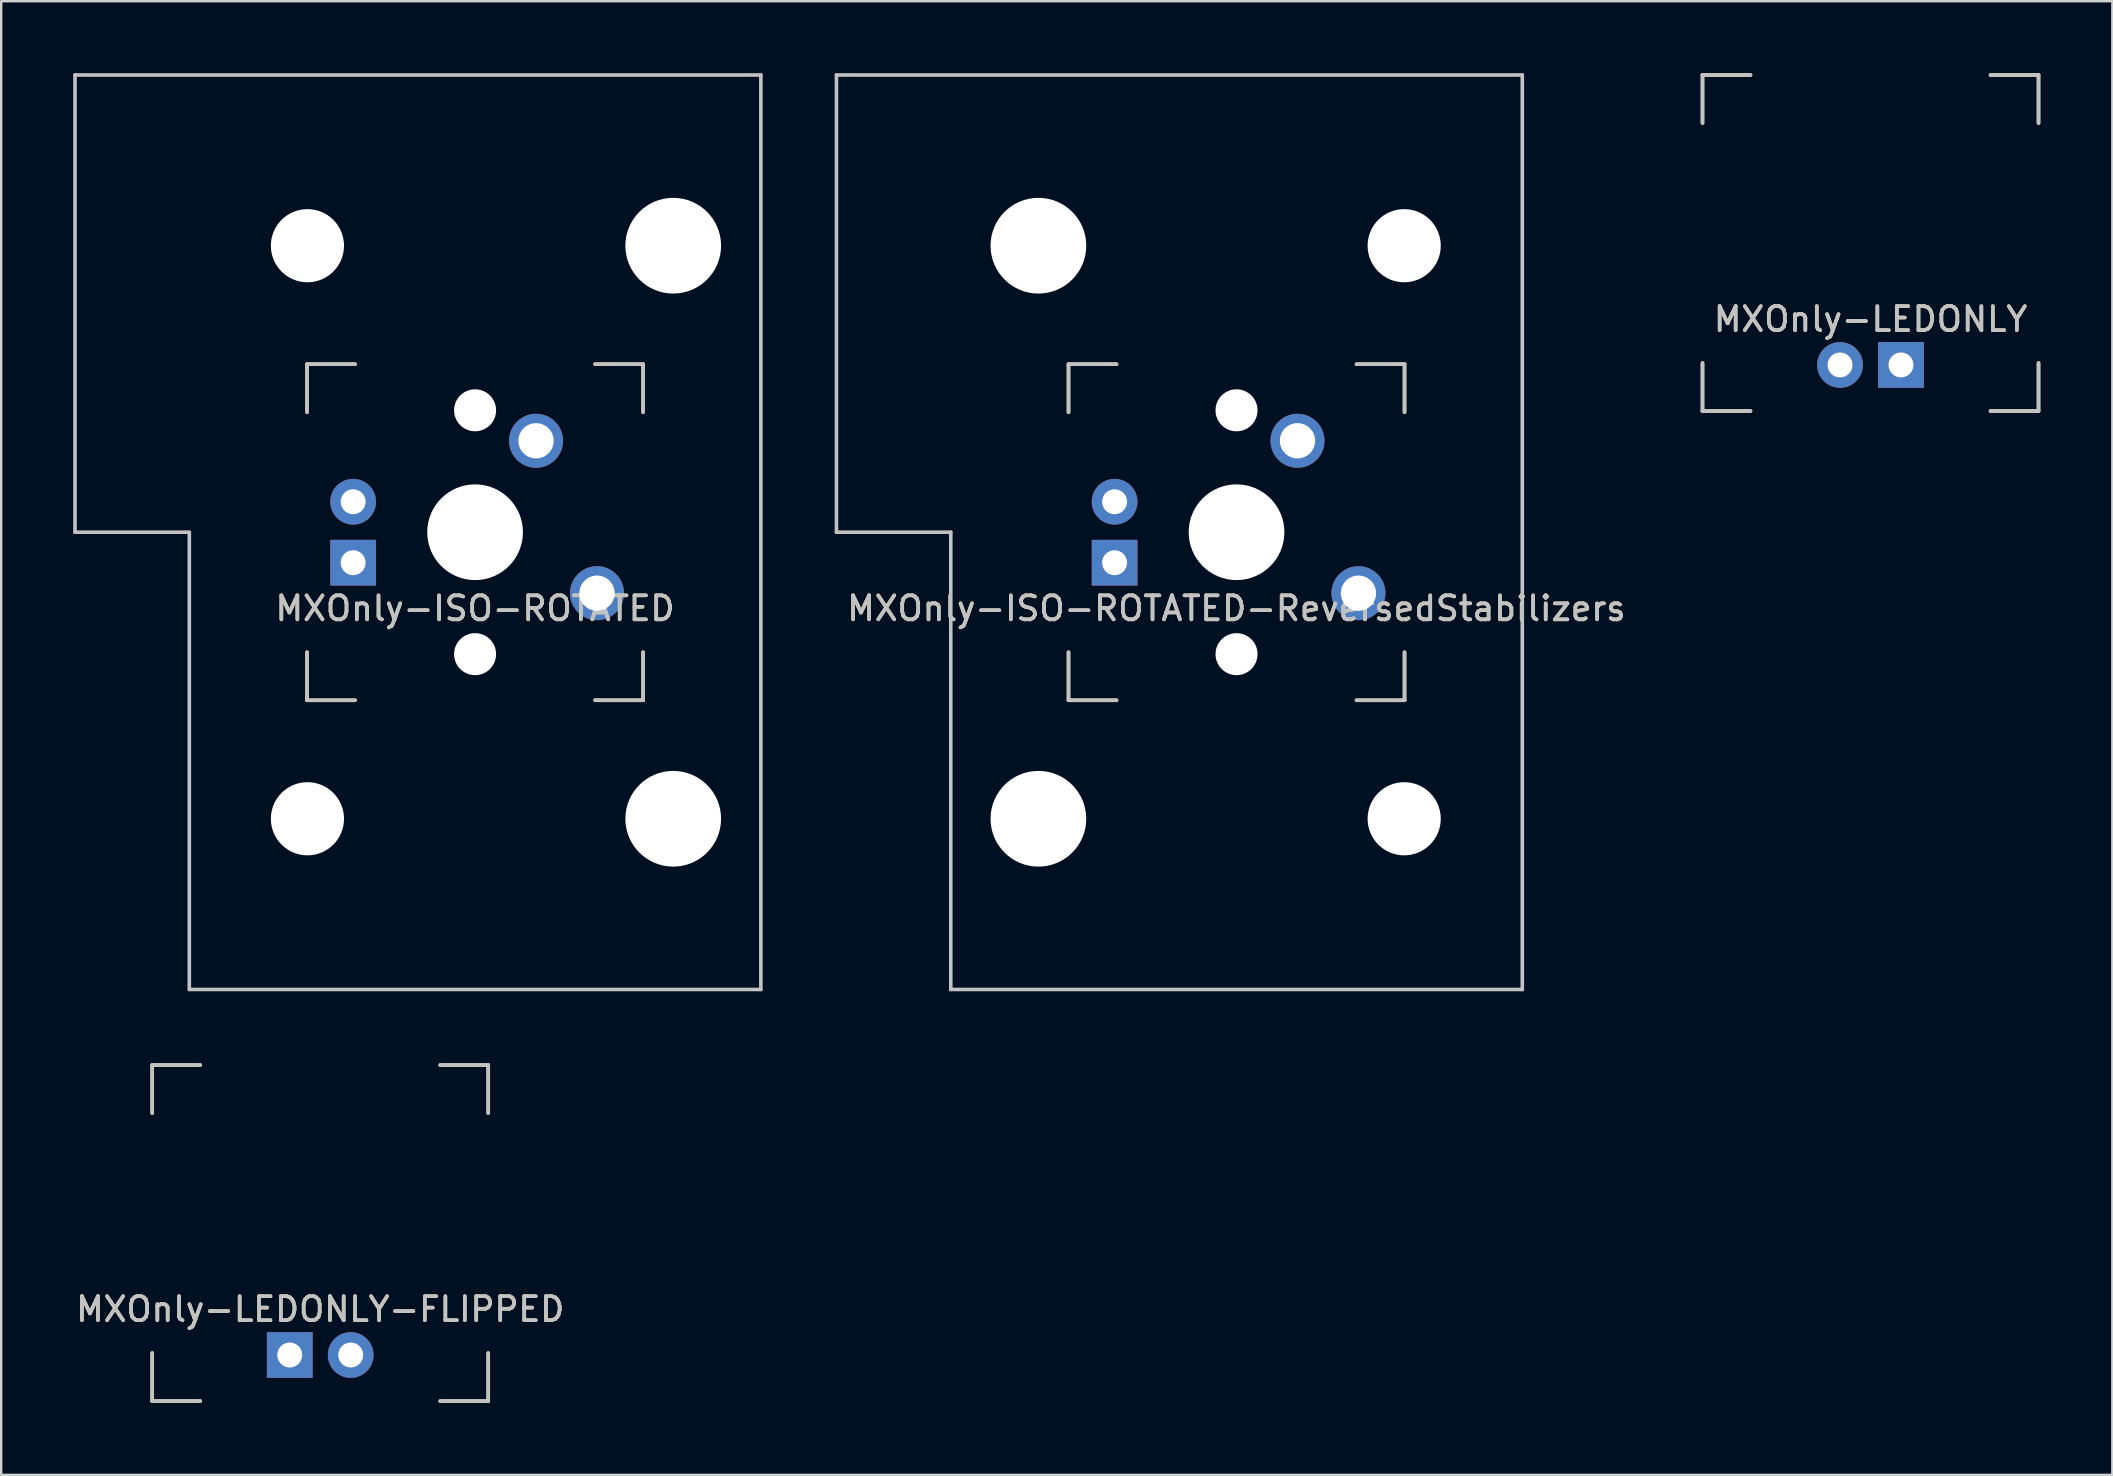
<source format=kicad_pcb>
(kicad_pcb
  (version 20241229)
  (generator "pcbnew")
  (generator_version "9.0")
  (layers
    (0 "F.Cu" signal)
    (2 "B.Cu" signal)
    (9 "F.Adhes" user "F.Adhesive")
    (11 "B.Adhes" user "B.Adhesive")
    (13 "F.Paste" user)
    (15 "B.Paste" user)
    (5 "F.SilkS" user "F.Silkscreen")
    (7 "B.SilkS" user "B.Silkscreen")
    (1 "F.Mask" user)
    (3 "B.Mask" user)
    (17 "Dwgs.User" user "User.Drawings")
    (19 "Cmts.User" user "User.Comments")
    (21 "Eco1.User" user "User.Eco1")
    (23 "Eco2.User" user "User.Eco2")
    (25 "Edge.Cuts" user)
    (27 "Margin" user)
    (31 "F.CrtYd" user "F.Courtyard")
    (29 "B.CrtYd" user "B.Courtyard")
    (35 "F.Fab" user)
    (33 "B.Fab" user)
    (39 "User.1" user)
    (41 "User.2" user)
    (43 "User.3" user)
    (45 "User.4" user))
  (footprint "MXOnly-LEDONLY-FLIPPED"
    (layer "F.Cu")
    (at 10.292 48.325)
    (property "Reference" "MXOnly-LEDONLY-FLIPPED" (at 0 3.175 0) (layer "Dwgs.User") (effects (font (size 1 1) (thickness 0.15))))
    (attr through_hole)
    (fp_line (start -7 -7) (end -7 -5) (stroke (width 0.15) (type solid)) (layer "F.SilkS"))
    (fp_line (start -7 5) (end -7 7) (stroke (width 0.15) (type solid)) (layer "F.SilkS"))
    (fp_line (start -7 7) (end -5 7) (stroke (width 0.15) (type solid)) (layer "F.SilkS"))
    (fp_line (start -5 -7) (end -7 -7) (stroke (width 0.15) (type solid)) (layer "F.SilkS"))
    (fp_line (start 5 -7) (end 7 -7) (stroke (width 0.15) (type solid)) (layer "F.SilkS"))
    (fp_line (start 5 7) (end 7 7) (stroke (width 0.15) (type solid)) (layer "F.SilkS"))
    (fp_line (start 7 -7) (end 7 -5) (stroke (width 0.15) (type solid)) (layer "F.SilkS"))
    (fp_line (start 7 7) (end 7 5) (stroke (width 0.15) (type solid)) (layer "F.SilkS"))
    (fp_line (start -7 -7) (end -7 -5) (stroke (width 0.15) (type solid)) (layer "Dwgs.User"))
    (fp_line (start -7 5) (end -7 7) (stroke (width 0.15) (type solid)) (layer "Dwgs.User"))
    (fp_line (start -7 7) (end -5 7) (stroke (width 0.15) (type solid)) (layer "Dwgs.User"))
    (fp_line (start -5 -7) (end -7 -7) (stroke (width 0.15) (type solid)) (layer "Dwgs.User"))
    (fp_line (start 5 -7) (end 7 -7) (stroke (width 0.15) (type solid)) (layer "Dwgs.User"))
    (fp_line (start 5 7) (end 7 7) (stroke (width 0.15) (type solid)) (layer "Dwgs.User"))
    (fp_line (start 7 -7) (end 7 -5) (stroke (width 0.15) (type solid)) (layer "Dwgs.User"))
    (fp_line (start 7 7) (end 7 5) (stroke (width 0.15) (type solid)) (layer "Dwgs.User"))
    (fp_text user "${REFERENCE}" (at 0 3.175 0) (layer "F.SilkS") (effects (font (size 1 1) (thickness 0.15))))
    (pad "1" thru_hole circle (at 1.27 5.08) (size 1.905 1.905) (drill 1.04) (layers "*.Cu" "*.Mask"))
    (pad "2" thru_hole rect (at -1.27 5.08) (size 1.905 1.905) (drill 1.04) (layers "*.Cu" "*.Mask")))
  (footprint "MXOnly-LEDONLY"
    (layer "F.Cu")
    (at 74.883 7.075)
    (property "Reference" "MXOnly-LEDONLY" (at 0 3.175 0) (layer "Dwgs.User") (effects (font (size 1 1) (thickness 0.15))))
    (attr through_hole)
    (fp_line (start -7 -7) (end -7 -5) (stroke (width 0.15) (type solid)) (layer "F.SilkS"))
    (fp_line (start -7 5) (end -7 7) (stroke (width 0.15) (type solid)) (layer "F.SilkS"))
    (fp_line (start -7 7) (end -5 7) (stroke (width 0.15) (type solid)) (layer "F.SilkS"))
    (fp_line (start -5 -7) (end -7 -7) (stroke (width 0.15) (type solid)) (layer "F.SilkS"))
    (fp_line (start 5 -7) (end 7 -7) (stroke (width 0.15) (type solid)) (layer "F.SilkS"))
    (fp_line (start 5 7) (end 7 7) (stroke (width 0.15) (type solid)) (layer "F.SilkS"))
    (fp_line (start 7 -7) (end 7 -5) (stroke (width 0.15) (type solid)) (layer "F.SilkS"))
    (fp_line (start 7 7) (end 7 5) (stroke (width 0.15) (type solid)) (layer "F.SilkS"))
    (fp_line (start -7 -7) (end -7 -5) (stroke (width 0.15) (type solid)) (layer "Dwgs.User"))
    (fp_line (start -7 5) (end -7 7) (stroke (width 0.15) (type solid)) (layer "Dwgs.User"))
    (fp_line (start -7 7) (end -5 7) (stroke (width 0.15) (type solid)) (layer "Dwgs.User"))
    (fp_line (start -5 -7) (end -7 -7) (stroke (width 0.15) (type solid)) (layer "Dwgs.User"))
    (fp_line (start 5 -7) (end 7 -7) (stroke (width 0.15) (type solid)) (layer "Dwgs.User"))
    (fp_line (start 5 7) (end 7 7) (stroke (width 0.15) (type solid)) (layer "Dwgs.User"))
    (fp_line (start 7 -7) (end 7 -5) (stroke (width 0.15) (type solid)) (layer "Dwgs.User"))
    (fp_line (start 7 7) (end 7 5) (stroke (width 0.15) (type solid)) (layer "Dwgs.User"))
    (fp_text user "${REFERENCE}" (at 0 3.175 0) (layer "F.SilkS") (effects (font (size 1 1) (thickness 0.15))))
    (pad "1" thru_hole circle (at -1.27 5.08) (size 1.905 1.905) (drill 1.04) (layers "*.Cu" "*.Mask"))
    (pad "2" thru_hole rect (at 1.27 5.08) (size 1.905 1.905) (drill 1.04) (layers "*.Cu" "*.Mask")))
  (footprint "MXOnly-ISO-ROTATED-ReversedStabilizers"
    (layer "F.Cu")
    (at 48.469 19.125)
    (property "Reference" "MXOnly-ISO-ROTATED-ReversedStabilizers" (at 0 3.175 0) (layer "Dwgs.User") (effects (font (size 1 1) (thickness 0.15))))
    (attr through_hole)
    (fp_line (start -7 -7) (end -7 -5) (stroke (width 0.15) (type solid)) (layer "F.SilkS"))
    (fp_line (start -7 5) (end -7 7) (stroke (width 0.15) (type solid)) (layer "F.SilkS"))
    (fp_line (start -7 7) (end -5 7) (stroke (width 0.15) (type solid)) (layer "F.SilkS"))
    (fp_line (start -5 -7) (end -7 -7) (stroke (width 0.15) (type solid)) (layer "F.SilkS"))
    (fp_line (start 5 -7) (end 7 -7) (stroke (width 0.15) (type solid)) (layer "F.SilkS"))
    (fp_line (start 5 7) (end 7 7) (stroke (width 0.15) (type solid)) (layer "F.SilkS"))
    (fp_line (start 7 -7) (end 7 -5) (stroke (width 0.15) (type solid)) (layer "F.SilkS"))
    (fp_line (start 7 7) (end 7 5) (stroke (width 0.15) (type solid)) (layer "F.SilkS"))
    (fp_line (start -16.669 -19.05) (end -16.669 0) (stroke (width 0.15) (type solid)) (layer "Dwgs.User"))
    (fp_line (start -16.669 -19.05) (end 11.906 -19.05) (stroke (width 0.15) (type solid)) (layer "Dwgs.User"))
    (fp_line (start -11.906 0) (end -16.669 0) (stroke (width 0.15) (type solid)) (layer "Dwgs.User"))
    (fp_line (start -11.906 19.05) (end -11.906 0) (stroke (width 0.15) (type solid)) (layer "Dwgs.User"))
    (fp_line (start -11.906 19.05) (end 11.906 19.05) (stroke (width 0.15) (type solid)) (layer "Dwgs.User"))
    (fp_line (start -7 -7) (end -7 -5) (stroke (width 0.15) (type solid)) (layer "Dwgs.User"))
    (fp_line (start -7 5) (end -7 7) (stroke (width 0.15) (type solid)) (layer "Dwgs.User"))
    (fp_line (start -7 7) (end -5 7) (stroke (width 0.15) (type solid)) (layer "Dwgs.User"))
    (fp_line (start -5 -7) (end -7 -7) (stroke (width 0.15) (type solid)) (layer "Dwgs.User"))
    (fp_line (start 5 -7) (end 7 -7) (stroke (width 0.15) (type solid)) (layer "Dwgs.User"))
    (fp_line (start 5 7) (end 7 7) (stroke (width 0.15) (type solid)) (layer "Dwgs.User"))
    (fp_line (start 7 -7) (end 7 -5) (stroke (width 0.15) (type solid)) (layer "Dwgs.User"))
    (fp_line (start 7 7) (end 7 5) (stroke (width 0.15) (type solid)) (layer "Dwgs.User"))
    (fp_line (start 11.906 -19.05) (end 11.906 19.05) (stroke (width 0.15) (type solid)) (layer "Dwgs.User"))
    (fp_text user "${REFERENCE}" (at 0 3.175 0) (layer "F.SilkS") (effects (font (size 1 1) (thickness 0.15))))
    (pad "" np_thru_hole circle (at -8.255 -11.938) (size 3.988 3.988) (drill 3.988) (layers "*.Cu" "*.Mask"))
    (pad "" np_thru_hole circle (at -8.255 11.938) (size 3.988 3.988) (drill 3.988) (layers "*.Cu" "*.Mask"))
    (pad "" np_thru_hole circle (at 0 -5.08 48.1) (size 1.75 1.75) (drill 1.75) (layers "*.Cu" "*.Mask"))
    (pad "" np_thru_hole circle (at 0 0) (size 3.988 3.988) (drill 3.988) (layers "*.Cu" "*.Mask"))
    (pad "" np_thru_hole circle (at 0 5.08 48.1) (size 1.75 1.75) (drill 1.75) (layers "*.Cu" "*.Mask"))
    (pad "" np_thru_hole circle (at 6.985 -11.938) (size 3.048 3.048) (drill 3.048) (layers "*.Cu" "*.Mask"))
    (pad "" np_thru_hole circle (at 6.985 11.938) (size 3.048 3.048) (drill 3.048) (layers "*.Cu" "*.Mask"))
    (pad "1" thru_hole circle (at 2.54 -3.81) (size 2.25 2.25) (drill 1.47) (layers "*.Cu" "B.Mask"))
    (pad "2" thru_hole circle (at 5.08 2.54) (size 2.25 2.25) (drill 1.47) (layers "*.Cu" "B.Mask"))
    (pad "3" thru_hole circle (at -5.08 -1.27) (size 1.905 1.905) (drill 1.04) (layers "*.Cu" "B.Mask"))
    (pad "4" thru_hole rect (at -5.08 1.27) (size 1.905 1.905) (drill 1.04) (layers "*.Cu" "B.Mask")))
  (footprint "MXOnly-ISO-ROTATED"
    (layer "F.Cu")
    (at 16.744 19.125)
    (property "Reference" "MXOnly-ISO-ROTATED" (at 0 3.175 0) (layer "Dwgs.User") (effects (font (size 1 1) (thickness 0.15))))
    (attr through_hole)
    (fp_line (start -7 -7) (end -7 -5) (stroke (width 0.15) (type solid)) (layer "F.SilkS"))
    (fp_line (start -7 5) (end -7 7) (stroke (width 0.15) (type solid)) (layer "F.SilkS"))
    (fp_line (start -7 7) (end -5 7) (stroke (width 0.15) (type solid)) (layer "F.SilkS"))
    (fp_line (start -5 -7) (end -7 -7) (stroke (width 0.15) (type solid)) (layer "F.SilkS"))
    (fp_line (start 5 -7) (end 7 -7) (stroke (width 0.15) (type solid)) (layer "F.SilkS"))
    (fp_line (start 5 7) (end 7 7) (stroke (width 0.15) (type solid)) (layer "F.SilkS"))
    (fp_line (start 7 -7) (end 7 -5) (stroke (width 0.15) (type solid)) (layer "F.SilkS"))
    (fp_line (start 7 7) (end 7 5) (stroke (width 0.15) (type solid)) (layer "F.SilkS"))
    (fp_line (start -16.669 -19.05) (end -16.669 0) (stroke (width 0.15) (type solid)) (layer "Dwgs.User"))
    (fp_line (start -16.669 -19.05) (end 11.906 -19.05) (stroke (width 0.15) (type solid)) (layer "Dwgs.User"))
    (fp_line (start -11.906 0) (end -16.669 0) (stroke (width 0.15) (type solid)) (layer "Dwgs.User"))
    (fp_line (start -11.906 19.05) (end -11.906 0) (stroke (width 0.15) (type solid)) (layer "Dwgs.User"))
    (fp_line (start -11.906 19.05) (end 11.906 19.05) (stroke (width 0.15) (type solid)) (layer "Dwgs.User"))
    (fp_line (start -7 -7) (end -7 -5) (stroke (width 0.15) (type solid)) (layer "Dwgs.User"))
    (fp_line (start -7 5) (end -7 7) (stroke (width 0.15) (type solid)) (layer "Dwgs.User"))
    (fp_line (start -7 7) (end -5 7) (stroke (width 0.15) (type solid)) (layer "Dwgs.User"))
    (fp_line (start -5 -7) (end -7 -7) (stroke (width 0.15) (type solid)) (layer "Dwgs.User"))
    (fp_line (start 5 -7) (end 7 -7) (stroke (width 0.15) (type solid)) (layer "Dwgs.User"))
    (fp_line (start 5 7) (end 7 7) (stroke (width 0.15) (type solid)) (layer "Dwgs.User"))
    (fp_line (start 7 -7) (end 7 -5) (stroke (width 0.15) (type solid)) (layer "Dwgs.User"))
    (fp_line (start 7 7) (end 7 5) (stroke (width 0.15) (type solid)) (layer "Dwgs.User"))
    (fp_line (start 11.906 -19.05) (end 11.906 19.05) (stroke (width 0.15) (type solid)) (layer "Dwgs.User"))
    (fp_text user "${REFERENCE}" (at 0 3.175 0) (layer "F.SilkS") (effects (font (size 1 1) (thickness 0.15))))
    (pad "" np_thru_hole circle (at -6.985 -11.938) (size 3.048 3.048) (drill 3.048) (layers "*.Cu" "*.Mask"))
    (pad "" np_thru_hole circle (at -6.985 11.938) (size 3.048 3.048) (drill 3.048) (layers "*.Cu" "*.Mask"))
    (pad "" np_thru_hole circle (at 0 -5.08 48.1) (size 1.75 1.75) (drill 1.75) (layers "*.Cu" "*.Mask"))
    (pad "" np_thru_hole circle (at 0 0) (size 3.988 3.988) (drill 3.988) (layers "*.Cu" "*.Mask"))
    (pad "" np_thru_hole circle (at 0 5.08 48.1) (size 1.75 1.75) (drill 1.75) (layers "*.Cu" "*.Mask"))
    (pad "" np_thru_hole circle (at 8.255 -11.938) (size 3.988 3.988) (drill 3.988) (layers "*.Cu" "*.Mask"))
    (pad "" np_thru_hole circle (at 8.255 11.938) (size 3.988 3.988) (drill 3.988) (layers "*.Cu" "*.Mask"))
    (pad "1" thru_hole circle (at 2.54 -3.81) (size 2.25 2.25) (drill 1.47) (layers "*.Cu" "B.Mask"))
    (pad "2" thru_hole circle (at 5.08 2.54) (size 2.25 2.25) (drill 1.47) (layers "*.Cu" "B.Mask"))
    (pad "3" thru_hole circle (at -5.08 -1.27) (size 1.905 1.905) (drill 1.04) (layers "*.Cu" "B.Mask"))
    (pad "4" thru_hole rect (at -5.08 1.27) (size 1.905 1.905) (drill 1.04) (layers "*.Cu" "B.Mask")))
  (gr_rect
    (start -3 -3)
    (end 84.958 58.4)
    (stroke (width 0.1) (type default))
    (fill no)
    (layer "Edge.Cuts")))
</source>
